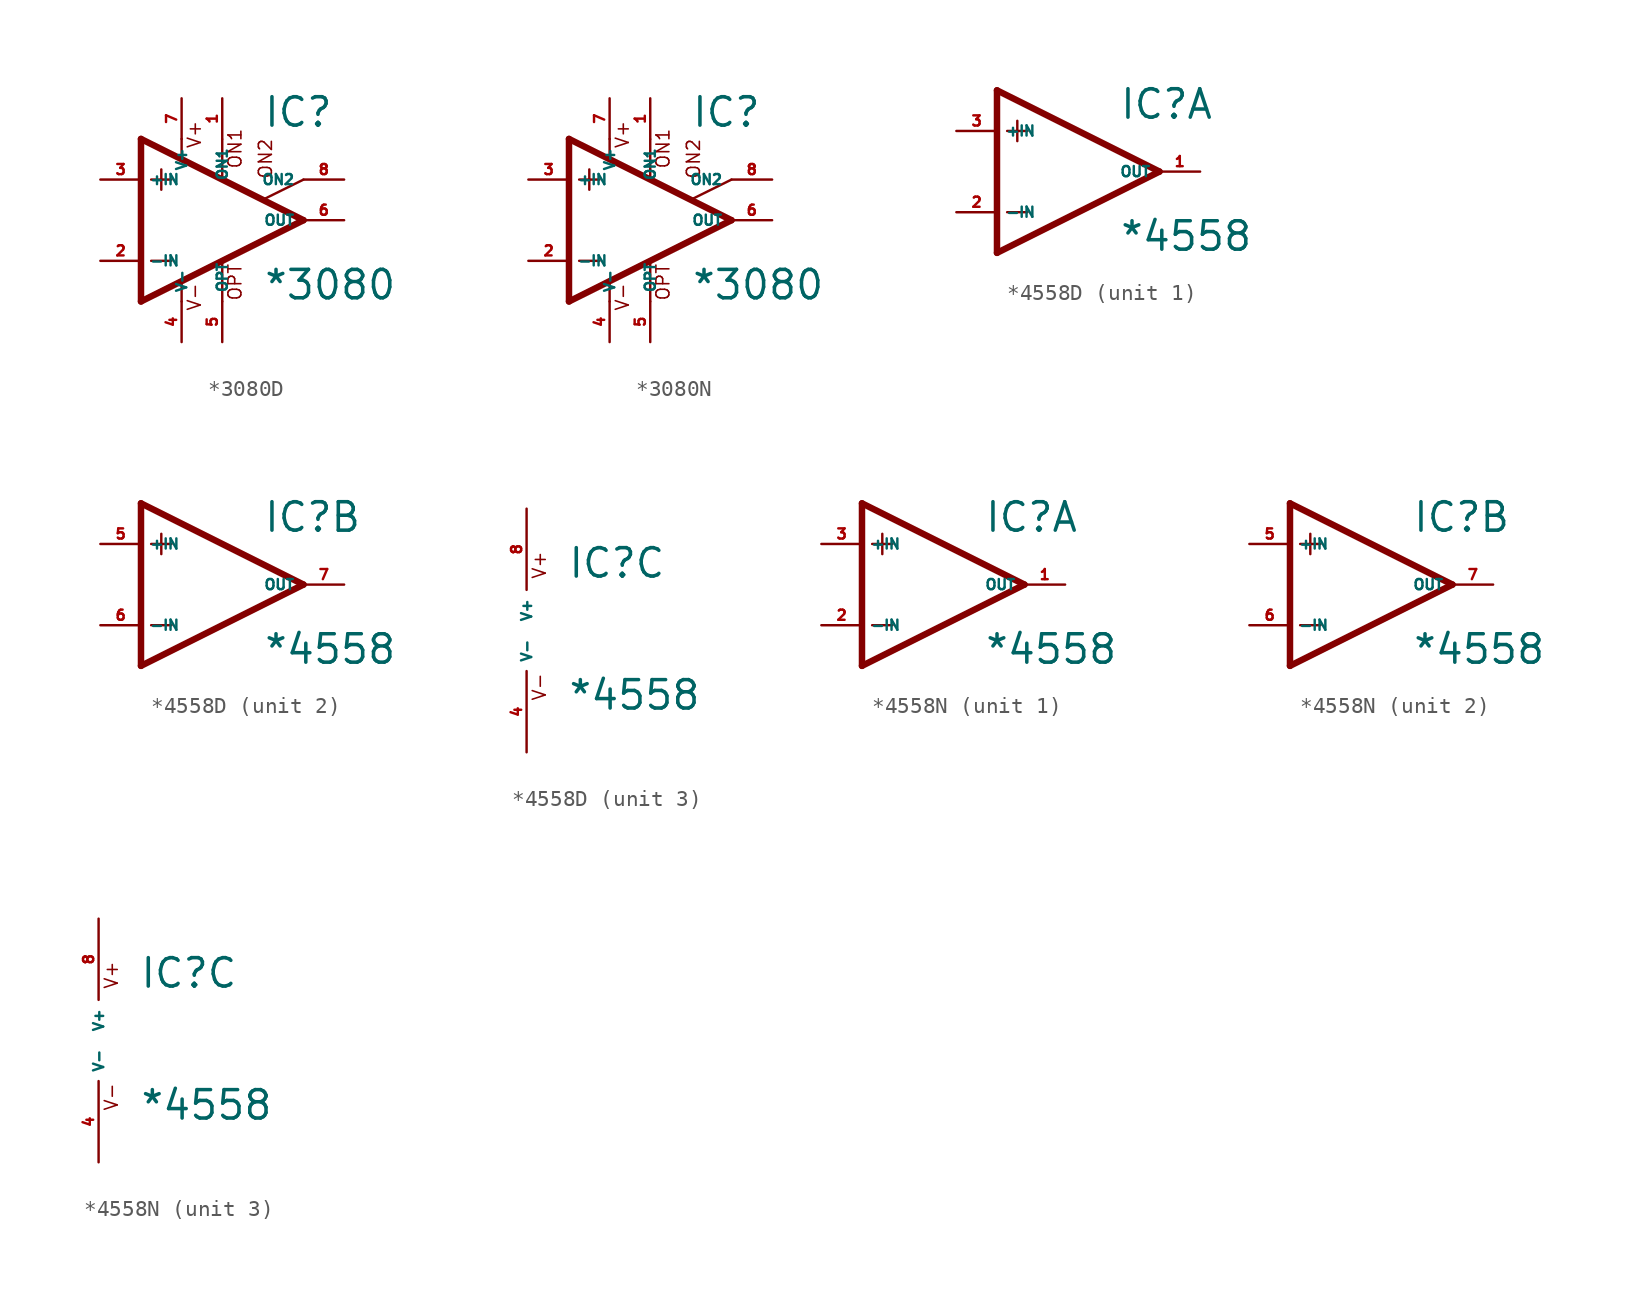
<source format=kicad_sym>
(kicad_symbol_lib
  (version 20220914)
  (generator Eagle2Kicad)
  (symbol "*3080D"
    (property "Reference" "IC"
      (at 2.54 5.715 0)
      (effects (font (size 1.778 1.778) (thickness 0.22)) (justify left bottom)))
    (property "Value" "*3080"
      (at 2.54 -5.08 0)
      (effects (font (size 1.778 1.778) (thickness 0.22)) (justify left bottom)))
    (polyline
      (pts (xy -3.81 3.175) (xy -3.81 1.905))
      (stroke (width 0.152) (type default))
      (fill (type none)))
    (polyline
      (pts (xy -4.445 2.54) (xy -3.175 2.54))
      (stroke (width 0.152) (type default))
      (fill (type none)))
    (polyline
      (pts (xy -4.445 -2.54) (xy -3.175 -2.54))
      (stroke (width 0.152) (type default))
      (fill (type none)))
    (polyline
      (pts (xy -2.54 5.08) (xy -2.54 3.886))
      (stroke (width 0.152) (type default))
      (fill (type none)))
    (polyline
      (pts (xy 0 5.055) (xy 0 2.616))
      (stroke (width 0.152) (type default))
      (fill (type none)))
    (polyline
      (pts (xy 0 -2.616) (xy 0 -5.08))
      (stroke (width 0.152) (type default))
      (fill (type none)))
    (polyline
      (pts (xy -2.54 -3.912) (xy -2.54 -5.08))
      (stroke (width 0.152) (type default))
      (fill (type none)))
    (polyline
      (pts (xy 5.08 2.54) (xy 2.616 1.321))
      (stroke (width 0.152) (type default))
      (fill (type none)))
    (polyline
      (pts (xy 5.08 0) (xy -5.08 5.08))
      (stroke (width 0.406) (type default))
      (fill (type none)))
    (polyline
      (pts (xy -5.08 5.08) (xy -5.08 -5.08))
      (stroke (width 0.406) (type default))
      (fill (type none)))
    (polyline
      (pts (xy -5.08 -5.08) (xy 5.08 0))
      (stroke (width 0.406) (type default))
      (fill (type none)))
    (text "ON1"
      (at 1.27 3.175 900)
      (effects (font (size 0.813 0.813) (thickness 0.10)) (justify left bottom)))
    (text "ON2"
      (at 3.175 2.54 900)
      (effects (font (size 0.813 0.813) (thickness 0.10)) (justify left bottom)))
    (text "OPT"
      (at 1.27 -5.08 900)
      (effects (font (size 0.813 0.813) (thickness 0.10)) (justify left bottom)))
    (text "V+"
      (at -1.27 4.445 900)
      (effects (font (size 0.813 0.813) (thickness 0.10)) (justify left bottom)))
    (text "V-"
      (at -1.27 -5.715 900)
      (effects (font (size 0.813 0.813) (thickness 0.10)) (justify left bottom)))
    (pin passive line
      (at 7.62 2.54 180)
      (length 2.54)
      (name "ON2" (effects (font (size 0.635 0.635) (thickness 0.08)) (justify left bottom)))
      (number "8" (effects (font (size 0.635 0.635) (thickness 0.08)) (justify left bottom))))
    (pin passive line
      (at 0 7.62 270)
      (length 2.54)
      (name "ON1" (effects (font (size 0.635 0.635) (thickness 0.08)) (justify left bottom)))
      (number "1" (effects (font (size 0.635 0.635) (thickness 0.08)) (justify left bottom))))
    (pin input line
      (at -7.62 -2.54 0)
      (length 2.54)
      (name "-IN" (effects (font (size 0.635 0.635) (thickness 0.08)) (justify left bottom)))
      (number "2" (effects (font (size 0.635 0.635) (thickness 0.08)) (justify left bottom))))
    (pin input line
      (at -7.62 2.54 0)
      (length 2.54)
      (name "+IN" (effects (font (size 0.635 0.635) (thickness 0.08)) (justify left bottom)))
      (number "3" (effects (font (size 0.635 0.635) (thickness 0.08)) (justify left bottom))))
    (pin output line
      (at 7.62 0 180)
      (length 2.54)
      (name "OUT" (effects (font (size 0.635 0.635) (thickness 0.08)) (justify left bottom)))
      (number "6" (effects (font (size 0.635 0.635) (thickness 0.08)) (justify left bottom))))
    (pin passive line
      (at 0 -7.62 90)
      (length 2.54)
      (name "OPT" (effects (font (size 0.635 0.635) (thickness 0.08)) (justify left bottom)))
      (number "5" (effects (font (size 0.635 0.635) (thickness 0.08)) (justify left bottom))))
    (pin unspecified line
      (at -2.54 7.62 270)
      (length 2.54)
      (name "V+" (effects (font (size 0.635 0.635) (thickness 0.08)) (justify left bottom)))
      (number "7" (effects (font (size 0.635 0.635) (thickness 0.08)) (justify left bottom))))
    (pin unspecified line
      (at -2.54 -7.62 90)
      (length 2.54)
      (name "V-" (effects (font (size 0.635 0.635) (thickness 0.08)) (justify left bottom)))
      (number "4" (effects (font (size 0.635 0.635) (thickness 0.08)) (justify left bottom)))))
  (symbol "*3080N"
    (property "Reference" "IC"
      (at 2.54 5.715 0)
      (effects (font (size 1.778 1.778) (thickness 0.22)) (justify left bottom)))
    (property "Value" "*3080"
      (at 2.54 -5.08 0)
      (effects (font (size 1.778 1.778) (thickness 0.22)) (justify left bottom)))
    (polyline
      (pts (xy -3.81 3.175) (xy -3.81 1.905))
      (stroke (width 0.152) (type default))
      (fill (type none)))
    (polyline
      (pts (xy -4.445 2.54) (xy -3.175 2.54))
      (stroke (width 0.152) (type default))
      (fill (type none)))
    (polyline
      (pts (xy -4.445 -2.54) (xy -3.175 -2.54))
      (stroke (width 0.152) (type default))
      (fill (type none)))
    (polyline
      (pts (xy -2.54 5.08) (xy -2.54 3.886))
      (stroke (width 0.152) (type default))
      (fill (type none)))
    (polyline
      (pts (xy 0 5.055) (xy 0 2.616))
      (stroke (width 0.152) (type default))
      (fill (type none)))
    (polyline
      (pts (xy 0 -2.616) (xy 0 -5.08))
      (stroke (width 0.152) (type default))
      (fill (type none)))
    (polyline
      (pts (xy -2.54 -3.912) (xy -2.54 -5.08))
      (stroke (width 0.152) (type default))
      (fill (type none)))
    (polyline
      (pts (xy 5.08 2.54) (xy 2.616 1.321))
      (stroke (width 0.152) (type default))
      (fill (type none)))
    (polyline
      (pts (xy 5.08 0) (xy -5.08 5.08))
      (stroke (width 0.406) (type default))
      (fill (type none)))
    (polyline
      (pts (xy -5.08 5.08) (xy -5.08 -5.08))
      (stroke (width 0.406) (type default))
      (fill (type none)))
    (polyline
      (pts (xy -5.08 -5.08) (xy 5.08 0))
      (stroke (width 0.406) (type default))
      (fill (type none)))
    (text "ON1"
      (at 1.27 3.175 900)
      (effects (font (size 0.813 0.813) (thickness 0.10)) (justify left bottom)))
    (text "ON2"
      (at 3.175 2.54 900)
      (effects (font (size 0.813 0.813) (thickness 0.10)) (justify left bottom)))
    (text "OPT"
      (at 1.27 -5.08 900)
      (effects (font (size 0.813 0.813) (thickness 0.10)) (justify left bottom)))
    (text "V+"
      (at -1.27 4.445 900)
      (effects (font (size 0.813 0.813) (thickness 0.10)) (justify left bottom)))
    (text "V-"
      (at -1.27 -5.715 900)
      (effects (font (size 0.813 0.813) (thickness 0.10)) (justify left bottom)))
    (pin passive line
      (at 7.62 2.54 180)
      (length 2.54)
      (name "ON2" (effects (font (size 0.635 0.635) (thickness 0.08)) (justify left bottom)))
      (number "8" (effects (font (size 0.635 0.635) (thickness 0.08)) (justify left bottom))))
    (pin passive line
      (at 0 7.62 270)
      (length 2.54)
      (name "ON1" (effects (font (size 0.635 0.635) (thickness 0.08)) (justify left bottom)))
      (number "1" (effects (font (size 0.635 0.635) (thickness 0.08)) (justify left bottom))))
    (pin input line
      (at -7.62 -2.54 0)
      (length 2.54)
      (name "-IN" (effects (font (size 0.635 0.635) (thickness 0.08)) (justify left bottom)))
      (number "2" (effects (font (size 0.635 0.635) (thickness 0.08)) (justify left bottom))))
    (pin input line
      (at -7.62 2.54 0)
      (length 2.54)
      (name "+IN" (effects (font (size 0.635 0.635) (thickness 0.08)) (justify left bottom)))
      (number "3" (effects (font (size 0.635 0.635) (thickness 0.08)) (justify left bottom))))
    (pin output line
      (at 7.62 0 180)
      (length 2.54)
      (name "OUT" (effects (font (size 0.635 0.635) (thickness 0.08)) (justify left bottom)))
      (number "6" (effects (font (size 0.635 0.635) (thickness 0.08)) (justify left bottom))))
    (pin passive line
      (at 0 -7.62 90)
      (length 2.54)
      (name "OPT" (effects (font (size 0.635 0.635) (thickness 0.08)) (justify left bottom)))
      (number "5" (effects (font (size 0.635 0.635) (thickness 0.08)) (justify left bottom))))
    (pin unspecified line
      (at -2.54 7.62 270)
      (length 2.54)
      (name "V+" (effects (font (size 0.635 0.635) (thickness 0.08)) (justify left bottom)))
      (number "7" (effects (font (size 0.635 0.635) (thickness 0.08)) (justify left bottom))))
    (pin unspecified line
      (at -2.54 -7.62 90)
      (length 2.54)
      (name "V-" (effects (font (size 0.635 0.635) (thickness 0.08)) (justify left bottom)))
      (number "4" (effects (font (size 0.635 0.635) (thickness 0.08)) (justify left bottom)))))
  (symbol "*4558D"
    (property "Reference" "IC"
      (at 2.54 3.175 0)
      (effects (font (size 1.778 1.778) (thickness 0.22)) (justify left bottom)))
    (property "Value" "*4558"
      (at 2.54 -5.08 0)
      (effects (font (size 1.778 1.778) (thickness 0.22)) (justify left bottom)))
    (symbol "*4558D_1_0"
      (polyline (pts (xy -5.08 5.08) (xy -5.08 -5.08)) (stroke (width 0.406) (type default)) (fill (type none)))
      (polyline (pts (xy -5.08 -5.08) (xy 5.08 0)) (stroke (width 0.406) (type default)) (fill (type none)))
      (polyline (pts (xy 5.08 0) (xy -5.08 5.08)) (stroke (width 0.406) (type default)) (fill (type none)))
      (polyline (pts (xy -3.81 3.175) (xy -3.81 1.905)) (stroke (width 0.152) (type default)) (fill (type none)))
      (polyline (pts (xy -4.445 2.54) (xy -3.175 2.54)) (stroke (width 0.152) (type default)) (fill (type none)))
      (polyline (pts (xy -4.445 -2.54) (xy -3.175 -2.54)) (stroke (width 0.152) (type default)) (fill (type none)))
      (pin input line (at -7.62 -2.54 0) (length 2.54) (name "-IN" (effects (font (size 0.635 0.635) (thickness 0.08)) (justify left bottom))) (number "2" (effects (font (size 0.635 0.635) (thickness 0.08)) (justify left bottom))))
      (pin input line (at -7.62 2.54 0) (length 2.54) (name "+IN" (effects (font (size 0.635 0.635) (thickness 0.08)) (justify left bottom))) (number "3" (effects (font (size 0.635 0.635) (thickness 0.08)) (justify left bottom))))
      (pin output line (at 7.62 0 180) (length 2.54) (name "OUT" (effects (font (size 0.635 0.635) (thickness 0.08)) (justify left bottom))) (number "1" (effects (font (size 0.635 0.635) (thickness 0.08)) (justify left bottom)))))
    (symbol "*4558D_2_0"
      (polyline (pts (xy -5.08 5.08) (xy -5.08 -5.08)) (stroke (width 0.406) (type default)) (fill (type none)))
      (polyline (pts (xy -5.08 -5.08) (xy 5.08 0)) (stroke (width 0.406) (type default)) (fill (type none)))
      (polyline (pts (xy 5.08 0) (xy -5.08 5.08)) (stroke (width 0.406) (type default)) (fill (type none)))
      (polyline (pts (xy -3.81 3.175) (xy -3.81 1.905)) (stroke (width 0.152) (type default)) (fill (type none)))
      (polyline (pts (xy -4.445 2.54) (xy -3.175 2.54)) (stroke (width 0.152) (type default)) (fill (type none)))
      (polyline (pts (xy -4.445 -2.54) (xy -3.175 -2.54)) (stroke (width 0.152) (type default)) (fill (type none)))
      (pin input line (at -7.62 -2.54 0) (length 2.54) (name "-IN" (effects (font (size 0.635 0.635) (thickness 0.08)) (justify left bottom))) (number "6" (effects (font (size 0.635 0.635) (thickness 0.08)) (justify left bottom))))
      (pin input line (at -7.62 2.54 0) (length 2.54) (name "+IN" (effects (font (size 0.635 0.635) (thickness 0.08)) (justify left bottom))) (number "5" (effects (font (size 0.635 0.635) (thickness 0.08)) (justify left bottom))))
      (pin output line (at 7.62 0 180) (length 2.54) (name "OUT" (effects (font (size 0.635 0.635) (thickness 0.08)) (justify left bottom))) (number "7" (effects (font (size 0.635 0.635) (thickness 0.08)) (justify left bottom)))))
    (symbol "*4558D_3_0"
      (text "V+" (at 1.27 3.175 900) (effects (font (size 0.813 0.813) (thickness 0.10)) (justify left bottom)))
      (text "V-" (at 1.27 -4.445 900) (effects (font (size 0.813 0.813) (thickness 0.10)) (justify left bottom)))
      (pin unspecified line (at 0 7.62 270) (length 5.08) (name "V+" (effects (font (size 0.635 0.635) (thickness 0.08)) (justify left bottom))) (number "8" (effects (font (size 0.635 0.635) (thickness 0.08)) (justify left bottom))))
      (pin unspecified line (at 0 -7.62 90) (length 5.08) (name "V-" (effects (font (size 0.635 0.635) (thickness 0.08)) (justify left bottom))) (number "4" (effects (font (size 0.635 0.635) (thickness 0.08)) (justify left bottom))))))
  (symbol "*4558N"
    (property "Reference" "IC"
      (at 2.54 3.175 0)
      (effects (font (size 1.778 1.778) (thickness 0.22)) (justify left bottom)))
    (property "Value" "*4558"
      (at 2.54 -5.08 0)
      (effects (font (size 1.778 1.778) (thickness 0.22)) (justify left bottom)))
    (symbol "*4558N_1_0"
      (polyline (pts (xy -5.08 5.08) (xy -5.08 -5.08)) (stroke (width 0.406) (type default)) (fill (type none)))
      (polyline (pts (xy -5.08 -5.08) (xy 5.08 0)) (stroke (width 0.406) (type default)) (fill (type none)))
      (polyline (pts (xy 5.08 0) (xy -5.08 5.08)) (stroke (width 0.406) (type default)) (fill (type none)))
      (polyline (pts (xy -3.81 3.175) (xy -3.81 1.905)) (stroke (width 0.152) (type default)) (fill (type none)))
      (polyline (pts (xy -4.445 2.54) (xy -3.175 2.54)) (stroke (width 0.152) (type default)) (fill (type none)))
      (polyline (pts (xy -4.445 -2.54) (xy -3.175 -2.54)) (stroke (width 0.152) (type default)) (fill (type none)))
      (pin input line (at -7.62 -2.54 0) (length 2.54) (name "-IN" (effects (font (size 0.635 0.635) (thickness 0.08)) (justify left bottom))) (number "2" (effects (font (size 0.635 0.635) (thickness 0.08)) (justify left bottom))))
      (pin input line (at -7.62 2.54 0) (length 2.54) (name "+IN" (effects (font (size 0.635 0.635) (thickness 0.08)) (justify left bottom))) (number "3" (effects (font (size 0.635 0.635) (thickness 0.08)) (justify left bottom))))
      (pin output line (at 7.62 0 180) (length 2.54) (name "OUT" (effects (font (size 0.635 0.635) (thickness 0.08)) (justify left bottom))) (number "1" (effects (font (size 0.635 0.635) (thickness 0.08)) (justify left bottom)))))
    (symbol "*4558N_2_0"
      (polyline (pts (xy -5.08 5.08) (xy -5.08 -5.08)) (stroke (width 0.406) (type default)) (fill (type none)))
      (polyline (pts (xy -5.08 -5.08) (xy 5.08 0)) (stroke (width 0.406) (type default)) (fill (type none)))
      (polyline (pts (xy 5.08 0) (xy -5.08 5.08)) (stroke (width 0.406) (type default)) (fill (type none)))
      (polyline (pts (xy -3.81 3.175) (xy -3.81 1.905)) (stroke (width 0.152) (type default)) (fill (type none)))
      (polyline (pts (xy -4.445 2.54) (xy -3.175 2.54)) (stroke (width 0.152) (type default)) (fill (type none)))
      (polyline (pts (xy -4.445 -2.54) (xy -3.175 -2.54)) (stroke (width 0.152) (type default)) (fill (type none)))
      (pin input line (at -7.62 -2.54 0) (length 2.54) (name "-IN" (effects (font (size 0.635 0.635) (thickness 0.08)) (justify left bottom))) (number "6" (effects (font (size 0.635 0.635) (thickness 0.08)) (justify left bottom))))
      (pin input line (at -7.62 2.54 0) (length 2.54) (name "+IN" (effects (font (size 0.635 0.635) (thickness 0.08)) (justify left bottom))) (number "5" (effects (font (size 0.635 0.635) (thickness 0.08)) (justify left bottom))))
      (pin output line (at 7.62 0 180) (length 2.54) (name "OUT" (effects (font (size 0.635 0.635) (thickness 0.08)) (justify left bottom))) (number "7" (effects (font (size 0.635 0.635) (thickness 0.08)) (justify left bottom)))))
    (symbol "*4558N_3_0"
      (text "V+" (at 1.27 3.175 900) (effects (font (size 0.813 0.813) (thickness 0.10)) (justify left bottom)))
      (text "V-" (at 1.27 -4.445 900) (effects (font (size 0.813 0.813) (thickness 0.10)) (justify left bottom)))
      (pin unspecified line (at 0 7.62 270) (length 5.08) (name "V+" (effects (font (size 0.635 0.635) (thickness 0.08)) (justify left bottom))) (number "8" (effects (font (size 0.635 0.635) (thickness 0.08)) (justify left bottom))))
      (pin unspecified line (at 0 -7.62 90) (length 5.08) (name "V-" (effects (font (size 0.635 0.635) (thickness 0.08)) (justify left bottom))) (number "4" (effects (font (size 0.635 0.635) (thickness 0.08)) (justify left bottom)))))))
</source>
